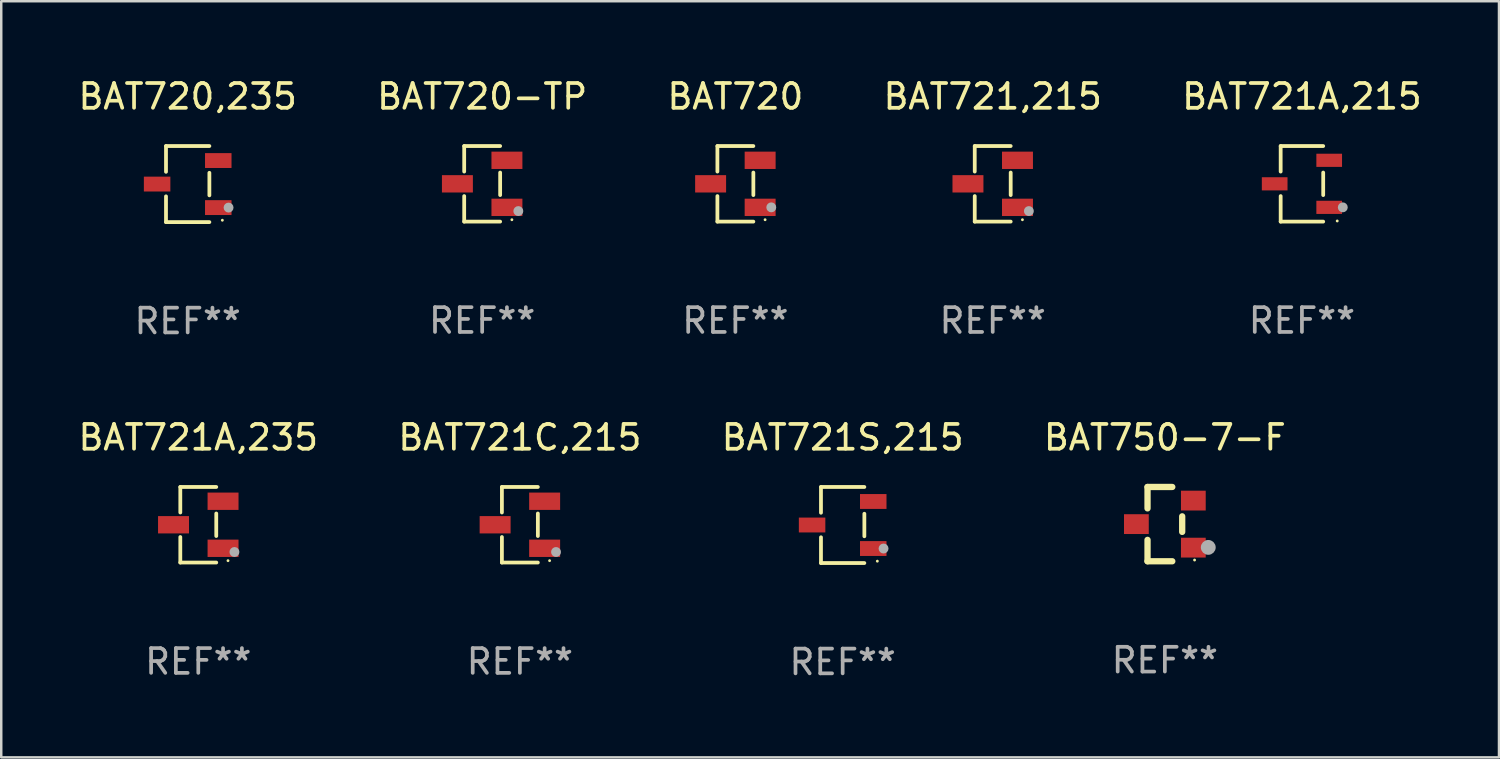
<source format=kicad_pcb>
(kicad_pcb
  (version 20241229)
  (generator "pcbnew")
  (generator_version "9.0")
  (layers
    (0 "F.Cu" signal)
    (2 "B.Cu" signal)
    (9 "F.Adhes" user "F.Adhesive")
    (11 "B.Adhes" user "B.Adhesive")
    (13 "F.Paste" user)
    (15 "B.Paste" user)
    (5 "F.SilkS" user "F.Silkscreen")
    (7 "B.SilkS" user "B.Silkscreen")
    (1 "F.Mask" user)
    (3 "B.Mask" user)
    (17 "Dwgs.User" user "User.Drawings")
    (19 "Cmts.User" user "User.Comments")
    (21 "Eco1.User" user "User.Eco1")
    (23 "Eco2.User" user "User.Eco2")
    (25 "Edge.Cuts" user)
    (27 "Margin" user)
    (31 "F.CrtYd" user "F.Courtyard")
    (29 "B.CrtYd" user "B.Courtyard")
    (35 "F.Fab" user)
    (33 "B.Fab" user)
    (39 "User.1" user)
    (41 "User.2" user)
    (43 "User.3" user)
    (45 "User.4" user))
  (footprint "BAT721A,235"
    (layer "F.Cu")
    (at 4.958 18.143)
    (property "Reference" "BAT721A,235" (at 0 -3.526 0) (layer "F.SilkS") (effects (font (size 1 1) (thickness 0.15))))
    (attr through_hole)
    (fp_line (start -0.726 -1.526) (end -0.726 -0.495) (stroke (width 0.152) (type solid)) (layer "F.SilkS"))
    (fp_line (start -0.726 1.526) (end -0.726 0.495) (stroke (width 0.152) (type solid)) (layer "F.SilkS"))
    (fp_line (start 0.726 -1.526) (end -0.726 -1.526) (stroke (width 0.152) (type solid)) (layer "F.SilkS"))
    (fp_line (start 0.726 -0.455) (end 0.726 0.455) (stroke (width 0.152) (type solid)) (layer "F.SilkS"))
    (fp_line (start 0.726 1.526) (end -0.726 1.526) (stroke (width 0.152) (type solid)) (layer "F.SilkS"))
    (fp_circle (center 1.2 1.45) (end 1.23 1.45) (stroke (width 0.06) (type solid)) (fill no) (layer "F.SilkS"))
    (fp_circle (center 1.46 1.1) (end 1.56 1.1) (stroke (width 0.2) (type solid)) (fill no) (layer "F.Fab"))
    (fp_text user "REF**" (at 0 5.526 0) (layer "F.Fab") (effects (font (size 1 1) (thickness 0.15))))
    (pad "1" smd rect (at 1 0.95) (size 1.25 0.7) (layers "F.Cu" "F.Mask" "F.Paste"))
    (pad "2" smd rect (at 1 -0.95) (size 1.25 0.7) (layers "F.Cu" "F.Mask" "F.Paste"))
    (pad "3" smd rect (at -1 0) (size 1.25 0.7) (layers "F.Cu" "F.Mask" "F.Paste")))
  (footprint "BAT721,215"
    (layer "F.Cu")
    (at 37.042 4.374)
    (property "Reference" "BAT721,215" (at 0 -3.526 0) (layer "F.SilkS") (effects (font (size 1 1) (thickness 0.15))))
    (attr through_hole)
    (fp_line (start -0.726 -1.526) (end -0.726 -0.495) (stroke (width 0.152) (type solid)) (layer "F.SilkS"))
    (fp_line (start -0.726 1.526) (end -0.726 0.495) (stroke (width 0.152) (type solid)) (layer "F.SilkS"))
    (fp_line (start 0.726 -1.526) (end -0.726 -1.526) (stroke (width 0.152) (type solid)) (layer "F.SilkS"))
    (fp_line (start 0.726 -0.455) (end 0.726 0.455) (stroke (width 0.152) (type solid)) (layer "F.SilkS"))
    (fp_line (start 0.726 1.526) (end -0.726 1.526) (stroke (width 0.152) (type solid)) (layer "F.SilkS"))
    (fp_circle (center 1.2 1.45) (end 1.23 1.45) (stroke (width 0.06) (type solid)) (fill no) (layer "F.SilkS"))
    (fp_circle (center 1.46 1.1) (end 1.56 1.1) (stroke (width 0.2) (type solid)) (fill no) (layer "F.Fab"))
    (fp_text user "REF**" (at 0 5.526 0) (layer "F.Fab") (effects (font (size 1 1) (thickness 0.15))))
    (pad "1" smd rect (at 1 0.95) (size 1.25 0.7) (layers "F.Cu" "F.Mask" "F.Paste"))
    (pad "2" smd rect (at 1 -0.95) (size 1.25 0.7) (layers "F.Cu" "F.Mask" "F.Paste"))
    (pad "3" smd rect (at -1 0) (size 1.25 0.7) (layers "F.Cu" "F.Mask" "F.Paste")))
  (footprint "BAT721A,215"
    (layer "F.Cu")
    (at 49.53 4.374)
    (property "Reference" "BAT721A,215" (at 0 -3.526 0) (layer "F.SilkS") (effects (font (size 1 1) (thickness 0.15))))
    (attr through_hole)
    (fp_line (start -0.859 -1.526) (end -0.859 -0.495) (stroke (width 0.152) (type solid)) (layer "F.SilkS"))
    (fp_line (start -0.859 1.526) (end -0.859 0.495) (stroke (width 0.152) (type solid)) (layer "F.SilkS"))
    (fp_line (start 0.859 -1.526) (end -0.859 -1.526) (stroke (width 0.152) (type solid)) (layer "F.SilkS"))
    (fp_line (start 0.859 -0.455) (end 0.859 0.455) (stroke (width 0.152) (type solid)) (layer "F.SilkS"))
    (fp_line (start 0.859 1.526) (end -0.859 1.526) (stroke (width 0.152) (type solid)) (layer "F.SilkS"))
    (fp_circle (center 1.425 1.5) (end 1.455 1.5) (stroke (width 0.06) (type solid)) (fill no) (layer "F.SilkS"))
    (fp_circle (center 1.65 0.95) (end 1.75 0.95) (stroke (width 0.2) (type solid)) (fill no) (layer "F.Fab"))
    (fp_text user "REF**" (at 0 5.526 0) (layer "F.Fab") (effects (font (size 1 1) (thickness 0.15))))
    (pad "1" smd rect (at 1.101 0.95) (size 1.037 0.532) (layers "F.Cu" "F.Mask" "F.Paste"))
    (pad "2" smd rect (at 1.101 -0.95) (size 1.037 0.532) (layers "F.Cu" "F.Mask" "F.Paste"))
    (pad "3" smd rect (at -1.101 0) (size 1.037 0.532) (layers "F.Cu" "F.Mask" "F.Paste")))
  (footprint "BAT721C,215"
    (layer "F.Cu")
    (at 17.946 18.143)
    (property "Reference" "BAT721C,215" (at 0 -3.526 0) (layer "F.SilkS") (effects (font (size 1 1) (thickness 0.15))))
    (attr through_hole)
    (fp_line (start -0.726 -1.526) (end -0.726 -0.495) (stroke (width 0.152) (type solid)) (layer "F.SilkS"))
    (fp_line (start -0.726 1.526) (end -0.726 0.495) (stroke (width 0.152) (type solid)) (layer "F.SilkS"))
    (fp_line (start 0.726 -1.526) (end -0.726 -1.526) (stroke (width 0.152) (type solid)) (layer "F.SilkS"))
    (fp_line (start 0.726 -0.455) (end 0.726 0.455) (stroke (width 0.152) (type solid)) (layer "F.SilkS"))
    (fp_line (start 0.726 1.526) (end -0.726 1.526) (stroke (width 0.152) (type solid)) (layer "F.SilkS"))
    (fp_circle (center 1.2 1.45) (end 1.23 1.45) (stroke (width 0.06) (type solid)) (fill no) (layer "F.SilkS"))
    (fp_circle (center 1.46 1.1) (end 1.56 1.1) (stroke (width 0.2) (type solid)) (fill no) (layer "F.Fab"))
    (fp_text user "REF**" (at 0 5.526 0) (layer "F.Fab") (effects (font (size 1 1) (thickness 0.15))))
    (pad "1" smd rect (at 1 0.95) (size 1.25 0.7) (layers "F.Cu" "F.Mask" "F.Paste"))
    (pad "2" smd rect (at 1 -0.95) (size 1.25 0.7) (layers "F.Cu" "F.Mask" "F.Paste"))
    (pad "3" smd rect (at -1 0) (size 1.25 0.7) (layers "F.Cu" "F.Mask" "F.Paste")))
  (footprint "BAT720,235"
    (layer "F.Cu")
    (at 4.53 4.384)
    (property "Reference" "BAT720,235" (at 0 -3.536 0) (layer "F.SilkS") (effects (font (size 1 1) (thickness 0.15))))
    (attr through_hole)
    (fp_line (start -0.876 -1.536) (end -0.876 -0.495) (stroke (width 0.152) (type solid)) (layer "F.SilkS"))
    (fp_line (start -0.876 1.536) (end -0.876 0.495) (stroke (width 0.152) (type solid)) (layer "F.SilkS"))
    (fp_line (start 0.876 -1.536) (end -0.876 -1.536) (stroke (width 0.152) (type solid)) (layer "F.SilkS"))
    (fp_line (start 0.876 -0.455) (end 0.876 0.455) (stroke (width 0.152) (type solid)) (layer "F.SilkS"))
    (fp_line (start 0.876 1.536) (end -0.876 1.536) (stroke (width 0.152) (type solid)) (layer "F.SilkS"))
    (fp_circle (center 1.4 1.46) (end 1.43 1.46) (stroke (width 0.06) (type solid)) (fill no) (layer "F.SilkS"))
    (fp_circle (center 1.651 0.95) (end 1.751 0.95) (stroke (width 0.2) (type solid)) (fill no) (layer "F.Fab"))
    (fp_text user "REF**" (at 0 5.536 0) (layer "F.Fab") (effects (font (size 1 1) (thickness 0.15))))
    (pad "1" smd rect (at 1.235 0.95) (size 1.07 0.6) (layers "F.Cu" "F.Mask" "F.Paste"))
    (pad "2" smd rect (at 1.235 -0.95) (size 1.07 0.6) (layers "F.Cu" "F.Mask" "F.Paste"))
    (pad "3" smd rect (at -1.235 0) (size 1.07 0.6) (layers "F.Cu" "F.Mask" "F.Paste")))
  (footprint "BAT721S,215"
    (layer "F.Cu")
    (at 30.982 18.153)
    (property "Reference" "BAT721S,215" (at 0 -3.536 0) (layer "F.SilkS") (effects (font (size 1 1) (thickness 0.15))))
    (attr through_hole)
    (fp_line (start -0.876 -1.536) (end -0.876 -0.495) (stroke (width 0.152) (type solid)) (layer "F.SilkS"))
    (fp_line (start -0.876 1.536) (end -0.876 0.495) (stroke (width 0.152) (type solid)) (layer "F.SilkS"))
    (fp_line (start 0.876 -1.536) (end -0.876 -1.536) (stroke (width 0.152) (type solid)) (layer "F.SilkS"))
    (fp_line (start 0.876 -0.455) (end 0.876 0.455) (stroke (width 0.152) (type solid)) (layer "F.SilkS"))
    (fp_line (start 0.876 1.536) (end -0.876 1.536) (stroke (width 0.152) (type solid)) (layer "F.SilkS"))
    (fp_circle (center 1.4 1.46) (end 1.43 1.46) (stroke (width 0.06) (type solid)) (fill no) (layer "F.SilkS"))
    (fp_circle (center 1.651 0.95) (end 1.751 0.95) (stroke (width 0.2) (type solid)) (fill no) (layer "F.Fab"))
    (fp_text user "REF**" (at 0 5.536 0) (layer "F.Fab") (effects (font (size 1 1) (thickness 0.15))))
    (pad "1" smd rect (at 1.235 0.95) (size 1.07 0.6) (layers "F.Cu" "F.Mask" "F.Paste"))
    (pad "2" smd rect (at 1.235 -0.95) (size 1.07 0.6) (layers "F.Cu" "F.Mask" "F.Paste"))
    (pad "3" smd rect (at -1.235 0) (size 1.07 0.6) (layers "F.Cu" "F.Mask" "F.Paste")))
  (footprint "BAT720-TP"
    (layer "F.Cu")
    (at 16.423 4.374)
    (property "Reference" "BAT720-TP" (at 0 -3.526 0) (layer "F.SilkS") (effects (font (size 1 1) (thickness 0.15))))
    (attr through_hole)
    (fp_line (start -0.726 -1.526) (end -0.726 -0.495) (stroke (width 0.152) (type solid)) (layer "F.SilkS"))
    (fp_line (start -0.726 1.526) (end -0.726 0.495) (stroke (width 0.152) (type solid)) (layer "F.SilkS"))
    (fp_line (start 0.726 -1.526) (end -0.726 -1.526) (stroke (width 0.152) (type solid)) (layer "F.SilkS"))
    (fp_line (start 0.726 -0.455) (end 0.726 0.455) (stroke (width 0.152) (type solid)) (layer "F.SilkS"))
    (fp_line (start 0.726 1.526) (end -0.726 1.526) (stroke (width 0.152) (type solid)) (layer "F.SilkS"))
    (fp_circle (center 1.2 1.45) (end 1.23 1.45) (stroke (width 0.06) (type solid)) (fill no) (layer "F.SilkS"))
    (fp_circle (center 1.46 1.1) (end 1.56 1.1) (stroke (width 0.2) (type solid)) (fill no) (layer "F.Fab"))
    (fp_text user "REF**" (at 0 5.526 0) (layer "F.Fab") (effects (font (size 1 1) (thickness 0.15))))
    (pad "1" smd rect (at 1 0.95) (size 1.25 0.7) (layers "F.Cu" "F.Mask" "F.Paste"))
    (pad "2" smd rect (at 1 -0.95) (size 1.25 0.7) (layers "F.Cu" "F.Mask" "F.Paste"))
    (pad "3" smd rect (at -1 0) (size 1.25 0.7) (layers "F.Cu" "F.Mask" "F.Paste")))
  (footprint "BAT720"
    (layer "F.Cu")
    (at 26.649 4.374)
    (property "Reference" "BAT720" (at 0 -3.526 0) (layer "F.SilkS") (effects (font (size 1 1) (thickness 0.15))))
    (attr through_hole)
    (fp_line (start -0.726 -1.526) (end -0.726 -0.495) (stroke (width 0.152) (type solid)) (layer "F.SilkS"))
    (fp_line (start -0.726 1.526) (end -0.726 0.495) (stroke (width 0.152) (type solid)) (layer "F.SilkS"))
    (fp_line (start 0.726 -1.526) (end -0.726 -1.526) (stroke (width 0.152) (type solid)) (layer "F.SilkS"))
    (fp_line (start 0.726 -0.455) (end 0.726 0.455) (stroke (width 0.152) (type solid)) (layer "F.SilkS"))
    (fp_line (start 0.726 1.526) (end -0.726 1.526) (stroke (width 0.152) (type solid)) (layer "F.SilkS"))
    (fp_circle (center 1.2 1.45) (end 1.23 1.45) (stroke (width 0.06) (type solid)) (fill no) (layer "F.SilkS"))
    (fp_circle (center 1.45 0.95) (end 1.55 0.95) (stroke (width 0.2) (type solid)) (fill no) (layer "F.Fab"))
    (fp_text user "REF**" (at 0 5.526 0) (layer "F.Fab") (effects (font (size 1 1) (thickness 0.15))))
    (pad "1" smd rect (at 1 0.95) (size 1.25 0.7) (layers "F.Cu" "F.Mask" "F.Paste"))
    (pad "2" smd rect (at 1 -0.95) (size 1.25 0.7) (layers "F.Cu" "F.Mask" "F.Paste"))
    (pad "3" smd rect (at -1 0) (size 1.25 0.7) (layers "F.Cu" "F.Mask" "F.Paste")))
  (footprint "BAT750-7-F"
    (layer "F.Cu")
    (at 43.994 18.117)
    (property "Reference" "BAT750-7-F" (at 0 -3.5 0) (layer "F.SilkS") (effects (font (size 1 1) (thickness 0.15))))
    (attr through_hole)
    (fp_line (start -0.7 -1.5) (end 0.3 -1.5) (stroke (width 0.254) (type solid)) (layer "F.SilkS"))
    (fp_line (start -0.7 -0.636) (end -0.7 -1.5) (stroke (width 0.254) (type solid)) (layer "F.SilkS"))
    (fp_line (start -0.7 1.5) (end -0.7 0.636) (stroke (width 0.254) (type solid)) (layer "F.SilkS"))
    (fp_line (start -0.7 1.5) (end 0.3 1.5) (stroke (width 0.254) (type solid)) (layer "F.SilkS"))
    (fp_line (start 0.7 0.314) (end 0.7 -0.314) (stroke (width 0.254) (type solid)) (layer "F.SilkS"))
    (fp_circle (center 1.2 1.45) (end 1.23 1.45) (stroke (width 0.06) (type solid)) (fill no) (layer "F.SilkS"))
    (fp_circle (center 1.753 0.94) (end 1.903 0.94) (stroke (width 0.3) (type solid)) (fill no) (layer "F.Fab"))
    (fp_text user "REF**" (at 0 5.5 0) (layer "F.Fab") (effects (font (size 1 1) (thickness 0.15))))
    (pad "1" smd rect (at 1.15 0.95 180) (size 1 0.8) (layers "F.Cu" "F.Mask" "F.Paste"))
    (pad "2" smd rect (at 1.15 -0.95 180) (size 1 0.8) (layers "F.Cu" "F.Mask" "F.Paste"))
    (pad "3" smd rect (at -1.15 -0.000051 180) (size 1 0.8) (layers "F.Cu" "F.Mask" "F.Paste")))
  (gr_rect
    (start -3 -3)
    (end 57.488 27.538)
    (stroke (width 0.1) (type default))
    (fill no)
    (layer "Edge.Cuts")))
</source>
